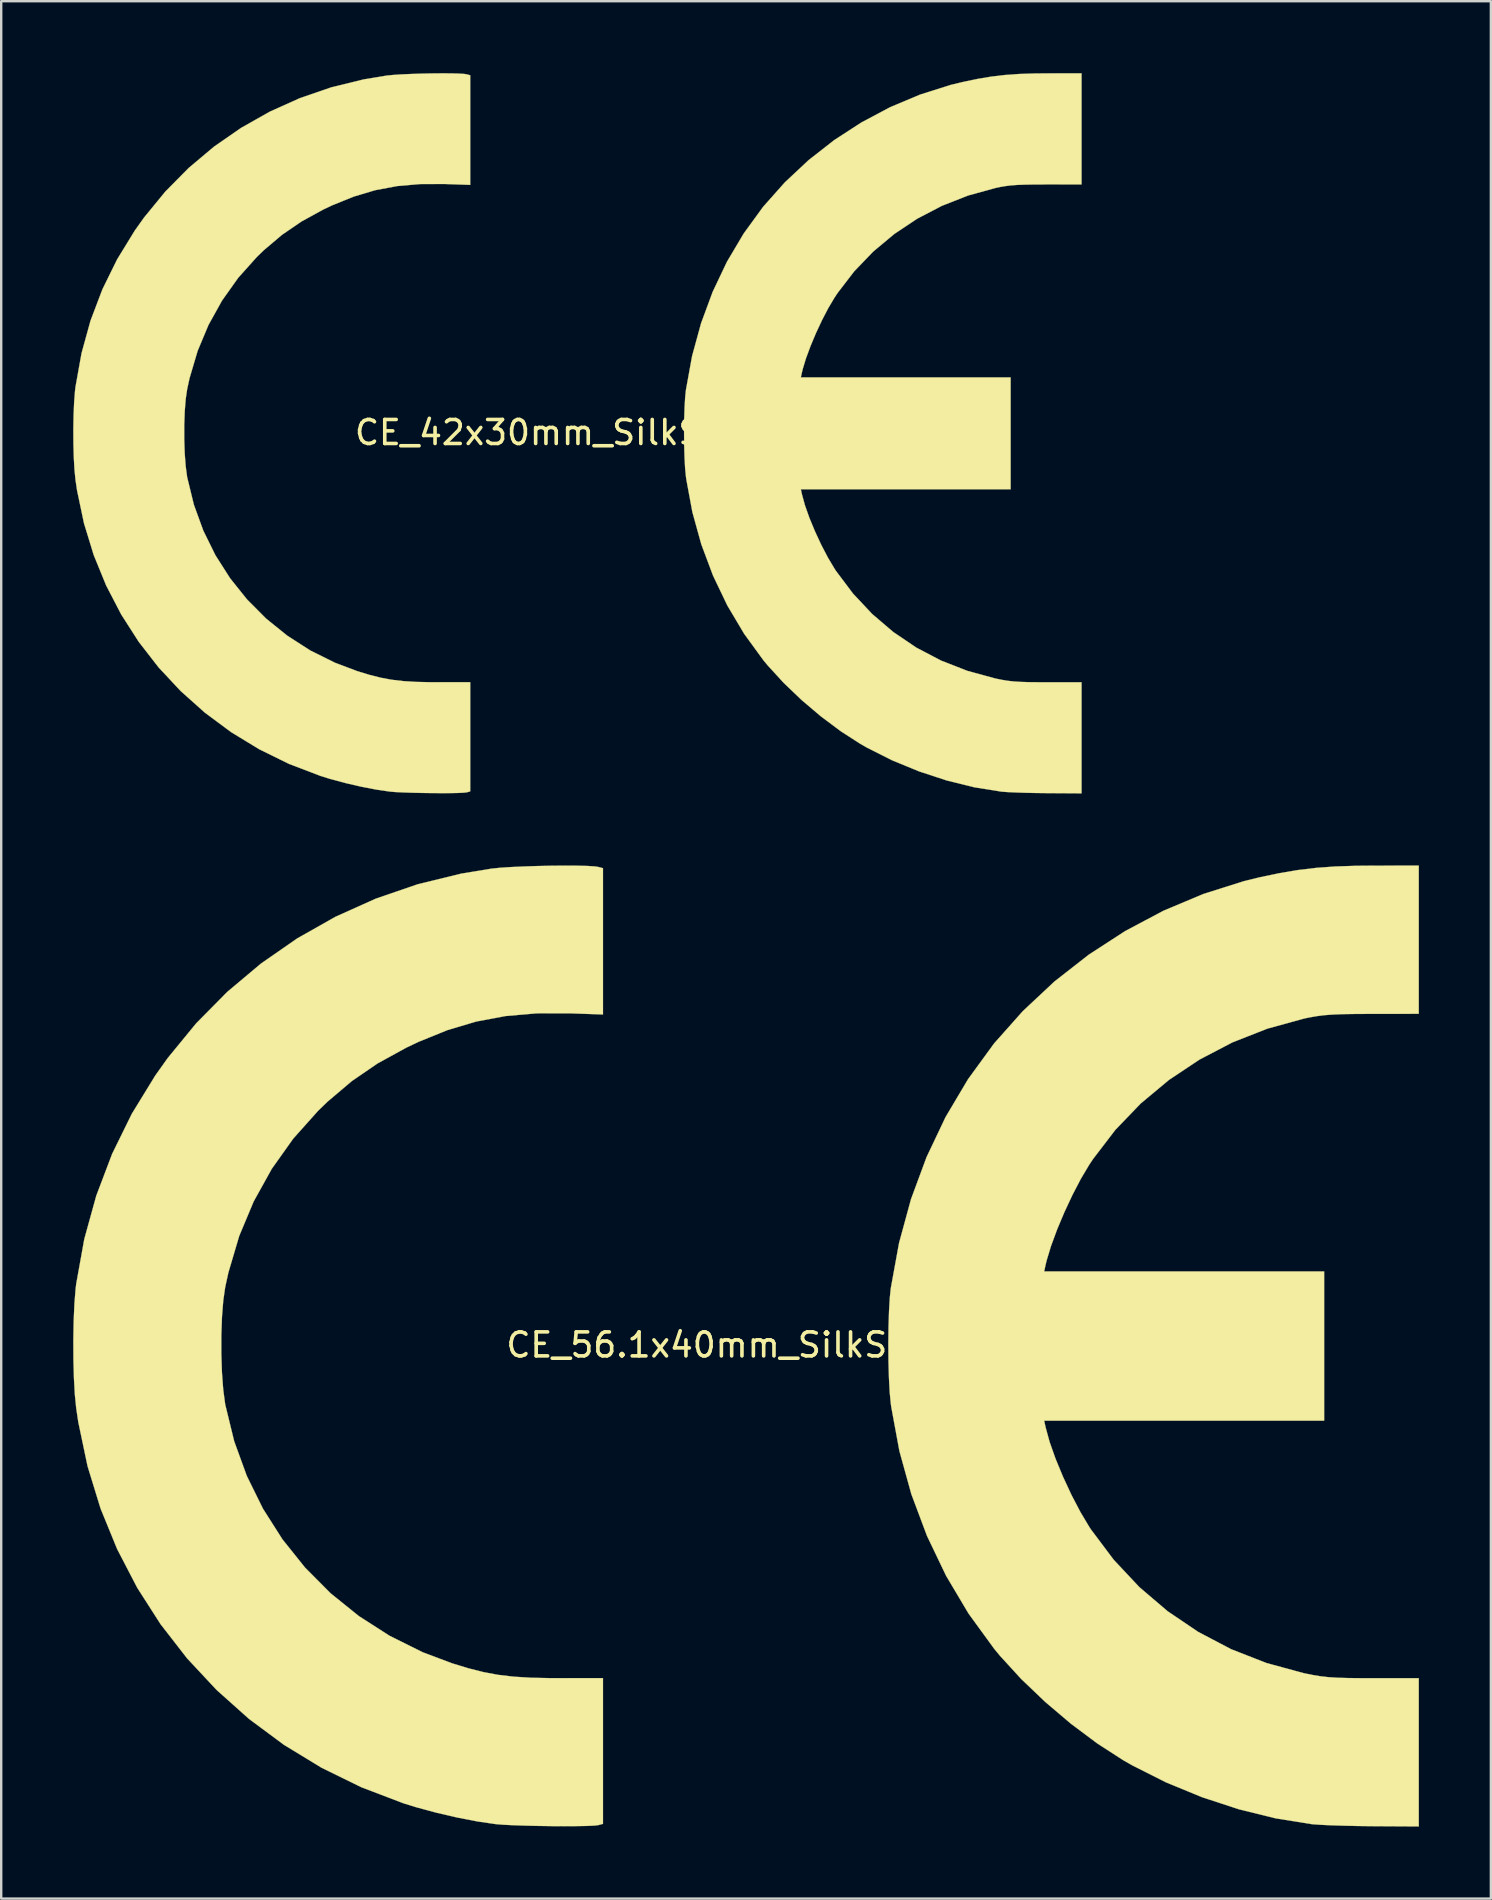
<source format=kicad_pcb>
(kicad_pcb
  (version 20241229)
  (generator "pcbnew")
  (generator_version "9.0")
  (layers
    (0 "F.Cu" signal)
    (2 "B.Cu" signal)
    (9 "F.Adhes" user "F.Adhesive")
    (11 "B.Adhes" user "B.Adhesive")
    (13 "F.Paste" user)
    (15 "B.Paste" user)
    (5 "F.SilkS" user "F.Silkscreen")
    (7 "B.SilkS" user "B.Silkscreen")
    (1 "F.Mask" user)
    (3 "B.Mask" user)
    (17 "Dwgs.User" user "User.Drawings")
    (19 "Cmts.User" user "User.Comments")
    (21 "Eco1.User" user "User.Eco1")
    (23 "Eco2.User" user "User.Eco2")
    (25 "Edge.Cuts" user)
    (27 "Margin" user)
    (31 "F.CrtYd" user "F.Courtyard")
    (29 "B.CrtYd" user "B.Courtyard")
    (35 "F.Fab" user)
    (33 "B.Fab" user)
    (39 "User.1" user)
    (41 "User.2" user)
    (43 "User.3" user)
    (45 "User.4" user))
  (footprint "CE_56.1x40mm_SilkScreen"
    (layer "F.Cu")
    (at 28.025 52.979)
    (property "Reference" "CE_56.1x40mm_SilkScreen" (at 0 0 0) (layer "F.SilkS") (effects (font (size 1 1) (thickness 0.15))))
    (attr exclude_from_pos_files exclude_from_bom)
    (fp_poly (pts (xy -7.023 -19.966) (xy -6.596 -19.955) (xy -6.288 -19.935) (xy -6.153 -19.914) (xy -5.956 -19.862) (xy -5.956 -13.768) (xy -7.343 -13.816) (xy -8.732 -13.814) (xy -10.018 -13.702) (xy -11.239 -13.473) (xy -12.435 -13.117) (xy -13.644 -12.626) (xy -14.145 -12.388) (xy -15.341 -11.732) (xy -16.417 -10.995) (xy -17.426 -10.14) (xy -17.819 -9.761) (xy -18.856 -8.601) (xy -19.753 -7.339) (xy -20.506 -5.982) (xy -21.11 -4.541) (xy -21.56 -3.021) (xy -21.694 -2.409) (xy -21.774 -1.852) (xy -21.828 -1.17) (xy -21.855 -0.411) (xy -21.855 0.379) (xy -21.829 1.151) (xy -21.776 1.858) (xy -21.697 2.451) (xy -21.689 2.496) (xy -21.319 4.011) (xy -20.794 5.455) (xy -20.121 6.82) (xy -19.309 8.097) (xy -18.367 9.274) (xy -17.304 10.343) (xy -16.127 11.293) (xy -14.846 12.115) (xy -13.468 12.8) (xy -12.253 13.258) (xy -11.57 13.467) (xy -10.943 13.626) (xy -10.329 13.741) (xy -9.685 13.817) (xy -8.969 13.862) (xy -8.138 13.879) (xy -7.773 13.88) (xy -5.956 13.878) (xy -5.956 19.949) (xy -6.153 20.002) (xy -6.321 20.022) (xy -6.632 20.036) (xy -7.054 20.043) (xy -7.555 20.046) (xy -8.103 20.043) (xy -8.665 20.035) (xy -9.21 20.022) (xy -9.705 20.005) (xy -10.119 19.985) (xy -10.419 19.96) (xy -10.423 19.96) (xy -11.171 19.851) (xy -12.016 19.688) (xy -12.893 19.485) (xy -13.737 19.257) (xy -14.274 19.091) (xy -16.026 18.422) (xy -17.686 17.608) (xy -19.248 16.656) (xy -20.705 15.575) (xy -22.051 14.372) (xy -23.28 13.056) (xy -24.384 11.634) (xy -25.358 10.114) (xy -26.194 8.505) (xy -26.886 6.813) (xy -27.428 5.048) (xy -27.813 3.216) (xy -27.901 2.628) (xy -27.957 2.066) (xy -27.995 1.378) (xy -28.016 0.609) (xy -28.02 -0.193) (xy -28.006 -0.981) (xy -27.975 -1.708) (xy -27.926 -2.327) (xy -27.901 -2.54) (xy -27.564 -4.411) (xy -27.064 -6.219) (xy -26.404 -7.96) (xy -25.585 -9.629) (xy -24.608 -11.222) (xy -24.086 -11.956) (xy -22.906 -13.395) (xy -21.608 -14.709) (xy -20.202 -15.89) (xy -18.697 -16.935) (xy -17.102 -17.837) (xy -15.425 -18.591) (xy -13.676 -19.192) (xy -11.864 -19.635) (xy -10.601 -19.843) (xy -10.253 -19.879) (xy -9.797 -19.909) (xy -9.265 -19.933) (xy -8.689 -19.952) (xy -8.102 -19.964) (xy -7.536 -19.969) (xy -7.023 -19.966)) (stroke (width 0.01) (type solid)) (fill yes) (layer "F.SilkS"))
    (fp_poly (pts (xy 28.028 -16.882) (xy 28.028 -13.795) (xy 26.079 -13.793) (xy 25.404 -13.79) (xy 24.87 -13.782) (xy 24.443 -13.765) (xy 24.089 -13.738) (xy 23.775 -13.698) (xy 23.466 -13.643) (xy 23.241 -13.596) (xy 21.719 -13.177) (xy 20.267 -12.606) (xy 18.897 -11.891) (xy 17.619 -11.04) (xy 16.446 -10.061) (xy 15.389 -8.962) (xy 14.461 -7.75) (xy 14.298 -7.505) (xy 13.955 -6.929) (xy 13.605 -6.258) (xy 13.267 -5.536) (xy 12.961 -4.809) (xy 12.708 -4.121) (xy 12.526 -3.52) (xy 12.485 -3.35) (xy 12.423 -3.066) (xy 24.086 -3.066) (xy 24.086 3.153) (xy 12.423 3.153) (xy 12.485 3.438) (xy 12.651 4.043) (xy 12.899 4.744) (xy 13.21 5.494) (xy 13.561 6.249) (xy 13.934 6.962) (xy 14.307 7.587) (xy 14.369 7.682) (xy 15.321 8.95) (xy 16.388 10.087) (xy 17.565 11.091) (xy 18.843 11.955) (xy 20.218 12.676) (xy 21.681 13.249) (xy 23.227 13.67) (xy 23.265 13.678) (xy 23.613 13.749) (xy 23.934 13.801) (xy 24.262 13.838) (xy 24.635 13.862) (xy 25.087 13.875) (xy 25.654 13.881) (xy 26.123 13.882) (xy 28.028 13.882) (xy 28.028 20.057) (xy 26.123 20.046) (xy 25.514 20.039) (xy 24.92 20.026) (xy 24.378 20.009) (xy 23.928 19.988) (xy 23.607 19.965) (xy 23.561 19.96) (xy 22.068 19.72) (xy 20.533 19.342) (xy 18.998 18.838) (xy 17.503 18.223) (xy 16.092 17.512) (xy 15.722 17.301) (xy 14.639 16.602) (xy 13.541 15.781) (xy 12.47 14.873) (xy 11.469 13.917) (xy 10.583 12.949) (xy 10.341 12.656) (xy 9.273 11.189) (xy 8.338 9.616) (xy 7.541 7.952) (xy 6.89 6.214) (xy 6.392 4.417) (xy 6.052 2.576) (xy 6.035 2.452) (xy 5.989 1.978) (xy 5.957 1.377) (xy 5.937 0.695) (xy 5.931 -0.026) (xy 5.939 -0.742) (xy 5.96 -1.408) (xy 5.994 -1.981) (xy 6.034 -2.365) (xy 6.378 -4.251) (xy 6.876 -6.075) (xy 7.524 -7.827) (xy 8.316 -9.495) (xy 9.25 -11.069) (xy 10.319 -12.537) (xy 10.341 -12.566) (xy 11.535 -13.909) (xy 12.854 -15.144) (xy 14.281 -16.259) (xy 15.8 -17.245) (xy 17.396 -18.091) (xy 19.052 -18.787) (xy 20.751 -19.324) (xy 21.415 -19.486) (xy 22.236 -19.657) (xy 22.998 -19.785) (xy 23.752 -19.875) (xy 24.545 -19.933) (xy 25.428 -19.962) (xy 26.166 -19.968) (xy 28.028 -19.97) (xy 28.028 -16.882)) (stroke (width 0.01) (type solid)) (fill yes) (layer "F.SilkS")))
  (footprint "CE_42x30mm_SilkScreen"
    (layer "F.Cu")
    (at 21.002 14.969)
    (property "Reference" "CE_42x30mm_SilkScreen" (at 0 0 0) (layer "F.SilkS") (effects (font (size 1 1) (thickness 0.15))))
    (attr exclude_from_pos_files exclude_from_bom)
    (fp_poly (pts (xy -5.263 -14.962) (xy -4.943 -14.953) (xy -4.712 -14.939) (xy -4.611 -14.923) (xy -4.463 -14.883) (xy -4.463 -10.317) (xy -5.503 -10.353) (xy -6.544 -10.352) (xy -7.507 -10.268) (xy -8.422 -10.096) (xy -9.318 -9.829) (xy -10.224 -9.462) (xy -10.6 -9.283) (xy -11.495 -8.791) (xy -12.302 -8.239) (xy -13.058 -7.599) (xy -13.353 -7.314) (xy -14.13 -6.445) (xy -14.802 -5.499) (xy -15.366 -4.483) (xy -15.819 -3.402) (xy -16.156 -2.264) (xy -16.256 -1.805) (xy -16.317 -1.388) (xy -16.357 -0.877) (xy -16.377 -0.308) (xy -16.377 0.284) (xy -16.358 0.862) (xy -16.318 1.392) (xy -16.259 1.837) (xy -16.253 1.871) (xy -15.976 3.005) (xy -15.582 4.088) (xy -15.078 5.111) (xy -14.469 6.067) (xy -13.764 6.949) (xy -12.967 7.75) (xy -12.085 8.462) (xy -11.125 9.079) (xy -10.092 9.592) (xy -9.182 9.935) (xy -8.67 10.092) (xy -8.2 10.211) (xy -7.74 10.297) (xy -7.258 10.354) (xy -6.721 10.387) (xy -6.099 10.401) (xy -5.825 10.401) (xy -4.463 10.4) (xy -4.463 14.949) (xy -4.611 14.989) (xy -4.737 15.003) (xy -4.97 15.014) (xy -5.286 15.02) (xy -5.661 15.021) (xy -6.072 15.019) (xy -6.493 15.013) (xy -6.901 15.004) (xy -7.273 14.991) (xy -7.583 14.976) (xy -7.808 14.957) (xy -7.81 14.957) (xy -8.371 14.875) (xy -9.004 14.753) (xy -9.661 14.601) (xy -10.294 14.431) (xy -10.697 14.306) (xy -12.009 13.805) (xy -13.253 13.194) (xy -14.423 12.481) (xy -15.515 11.671) (xy -16.524 10.77) (xy -17.445 9.784) (xy -18.272 8.718) (xy -19.002 7.579) (xy -19.629 6.373) (xy -20.147 5.105) (xy -20.553 3.782) (xy -20.842 2.41) (xy -20.907 1.969) (xy -20.949 1.548) (xy -20.978 1.033) (xy -20.994 0.456) (xy -20.997 -0.144) (xy -20.986 -0.735) (xy -20.963 -1.28) (xy -20.926 -1.744) (xy -20.907 -1.903) (xy -20.655 -3.306) (xy -20.281 -4.661) (xy -19.786 -5.965) (xy -19.172 -7.215) (xy -18.44 -8.409) (xy -18.049 -8.959) (xy -17.165 -10.038) (xy -16.192 -11.022) (xy -15.139 -11.908) (xy -14.011 -12.69) (xy -12.815 -13.366) (xy -11.559 -13.931) (xy -10.248 -14.382) (xy -8.89 -14.714) (xy -7.944 -14.87) (xy -7.683 -14.896) (xy -7.342 -14.919) (xy -6.943 -14.937) (xy -6.511 -14.951) (xy -6.071 -14.96) (xy -5.647 -14.964) (xy -5.263 -14.962)) (stroke (width 0.01) (type solid)) (fill yes) (layer "F.SilkS"))
    (fp_poly (pts (xy 21.003 -12.651) (xy 21.003 -10.337) (xy 19.542 -10.336) (xy 19.036 -10.334) (xy 18.636 -10.327) (xy 18.316 -10.315) (xy 18.051 -10.295) (xy 17.816 -10.265) (xy 17.584 -10.224) (xy 17.416 -10.188) (xy 16.276 -9.874) (xy 15.188 -9.446) (xy 14.16 -8.91) (xy 13.203 -8.273) (xy 12.324 -7.539) (xy 11.532 -6.715) (xy 10.836 -5.808) (xy 10.714 -5.624) (xy 10.457 -5.192) (xy 10.195 -4.689) (xy 9.942 -4.148) (xy 9.713 -3.603) (xy 9.522 -3.088) (xy 9.386 -2.637) (xy 9.356 -2.51) (xy 9.309 -2.297) (xy 18.049 -2.297) (xy 18.049 2.363) (xy 9.309 2.363) (xy 9.356 2.576) (xy 9.48 3.029) (xy 9.666 3.555) (xy 9.899 4.117) (xy 10.162 4.683) (xy 10.441 5.217) (xy 10.721 5.685) (xy 10.768 5.757) (xy 11.481 6.707) (xy 12.281 7.559) (xy 13.162 8.311) (xy 14.12 8.959) (xy 15.15 9.499) (xy 16.247 9.928) (xy 17.405 10.244) (xy 17.434 10.25) (xy 17.694 10.303) (xy 17.935 10.342) (xy 18.181 10.369) (xy 18.46 10.387) (xy 18.799 10.398) (xy 19.224 10.402) (xy 19.575 10.403) (xy 21.003 10.403) (xy 21.003 15.03) (xy 19.575 15.021) (xy 19.119 15.016) (xy 18.674 15.007) (xy 18.268 14.993) (xy 17.931 14.978) (xy 17.69 14.961) (xy 17.655 14.957) (xy 16.537 14.778) (xy 15.387 14.494) (xy 14.236 14.116) (xy 13.116 13.656) (xy 12.058 13.123) (xy 11.781 12.964) (xy 10.97 12.441) (xy 10.147 11.825) (xy 9.344 11.145) (xy 8.595 10.428) (xy 7.931 9.703) (xy 7.749 9.484) (xy 6.949 8.385) (xy 6.248 7.206) (xy 5.651 5.959) (xy 5.163 4.656) (xy 4.79 3.31) (xy 4.535 1.931) (xy 4.523 1.838) (xy 4.488 1.482) (xy 4.464 1.032) (xy 4.449 0.521) (xy 4.445 -0.02) (xy 4.45 -0.556) (xy 4.466 -1.055) (xy 4.492 -1.485) (xy 4.522 -1.772) (xy 4.779 -3.186) (xy 5.153 -4.553) (xy 5.638 -5.865) (xy 6.232 -7.115) (xy 6.931 -8.294) (xy 7.732 -9.395) (xy 7.749 -9.416) (xy 8.644 -10.423) (xy 9.632 -11.348) (xy 10.701 -12.184) (xy 11.84 -12.922) (xy 13.036 -13.557) (xy 14.276 -14.078) (xy 15.55 -14.481) (xy 16.048 -14.602) (xy 16.662 -14.73) (xy 17.234 -14.826) (xy 17.799 -14.894) (xy 18.393 -14.937) (xy 19.055 -14.958) (xy 19.608 -14.963) (xy 21.003 -14.964) (xy 21.003 -12.651)) (stroke (width 0.01) (type solid)) (fill yes) (layer "F.SilkS")))
  (gr_rect
    (start -3 -3)
    (end 59.057 76.041)
    (stroke (width 0.1) (type default))
    (fill no)
    (layer "Edge.Cuts")))
</source>
